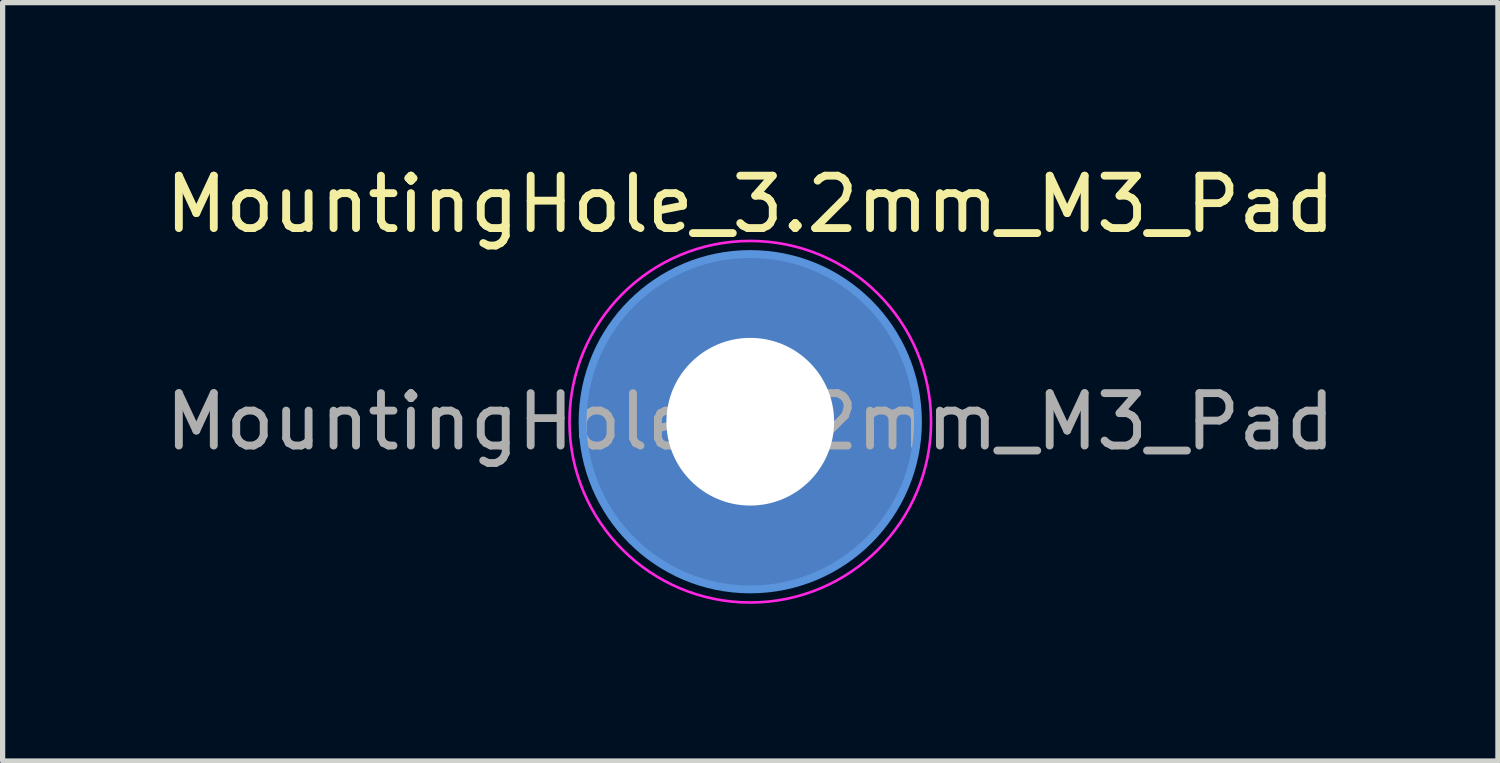
<source format=kicad_pcb>
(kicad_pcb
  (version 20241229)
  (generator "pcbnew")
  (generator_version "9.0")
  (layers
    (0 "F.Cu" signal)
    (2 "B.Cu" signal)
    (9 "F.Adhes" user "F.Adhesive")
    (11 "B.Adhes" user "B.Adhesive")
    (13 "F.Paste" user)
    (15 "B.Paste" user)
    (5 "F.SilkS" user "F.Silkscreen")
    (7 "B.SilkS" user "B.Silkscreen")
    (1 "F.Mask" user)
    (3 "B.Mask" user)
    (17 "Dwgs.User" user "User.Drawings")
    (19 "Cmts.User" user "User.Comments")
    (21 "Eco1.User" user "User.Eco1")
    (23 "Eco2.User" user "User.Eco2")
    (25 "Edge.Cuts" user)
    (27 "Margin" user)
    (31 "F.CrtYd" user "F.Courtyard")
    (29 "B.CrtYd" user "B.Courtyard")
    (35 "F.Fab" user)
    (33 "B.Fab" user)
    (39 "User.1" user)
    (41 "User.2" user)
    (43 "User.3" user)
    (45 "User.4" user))
  (footprint "MountingHole_3.2mm_M3_Pad"
    (layer "F.Cu")
    (at 11.268 4.998)
    (property "Reference" "MountingHole_3.2mm_M3_Pad" (at 0 -4.15 0) (layer "F.SilkS") (effects (font (size 1 1) (thickness 0.15))))
    (attr exclude_from_pos_files exclude_from_bom)
    (fp_circle (center 0 0) (end 3.2 0) (stroke (width 0.15) (type solid)) (fill no) (layer "Cmts.User"))
    (fp_circle (center 0 0) (end 3.45 0) (stroke (width 0.05) (type solid)) (fill no) (layer "F.CrtYd"))
    (fp_text user "${REFERENCE}" (at 0 0 0) (layer "F.Fab") (effects (font (size 1 1) (thickness 0.15))))
    (pad "1" thru_hole circle (at 0 0) (size 6.4 6.4) (drill 3.2) (layers "*.Cu" "*.Mask")))
  (gr_rect
    (start -3 -3)
    (end 25.536 11.473)
    (stroke (width 0.1) (type default))
    (fill no)
    (layer "Edge.Cuts")))
</source>
